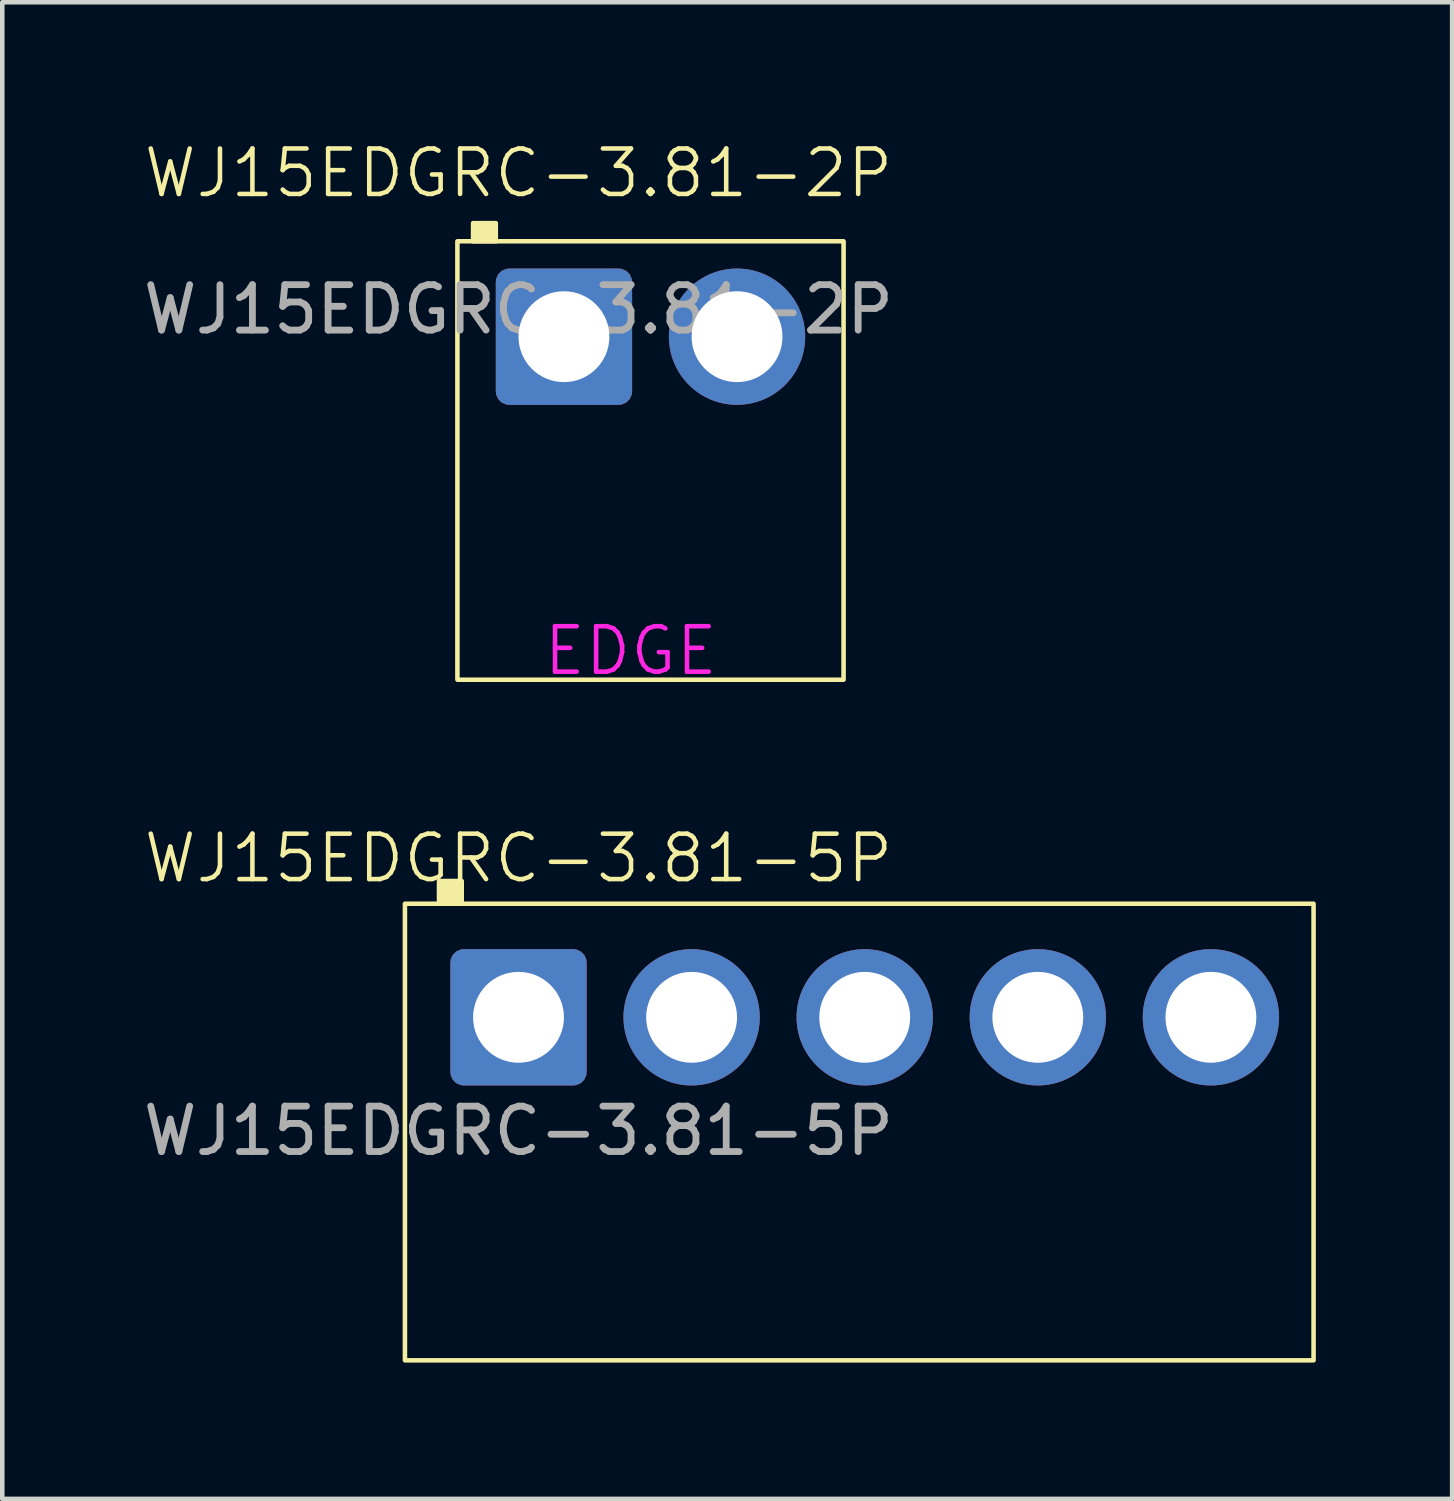
<source format=kicad_pcb>
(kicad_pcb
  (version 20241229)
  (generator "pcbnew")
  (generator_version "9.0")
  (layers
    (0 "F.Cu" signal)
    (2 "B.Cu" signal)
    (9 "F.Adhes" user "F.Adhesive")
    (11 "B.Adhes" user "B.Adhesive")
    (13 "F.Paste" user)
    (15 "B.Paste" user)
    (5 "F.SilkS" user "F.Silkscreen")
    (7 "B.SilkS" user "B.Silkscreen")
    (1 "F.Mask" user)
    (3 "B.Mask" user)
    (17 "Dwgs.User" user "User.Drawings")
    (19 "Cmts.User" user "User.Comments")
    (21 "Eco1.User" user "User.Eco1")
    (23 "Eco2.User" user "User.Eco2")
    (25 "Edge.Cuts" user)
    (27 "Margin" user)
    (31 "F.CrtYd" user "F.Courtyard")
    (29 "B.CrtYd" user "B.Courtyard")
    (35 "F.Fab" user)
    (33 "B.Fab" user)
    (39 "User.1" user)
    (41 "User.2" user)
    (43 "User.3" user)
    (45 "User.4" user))
  (footprint "WJ15EDGRC-3.81-5P"
    (layer "F.Cu")
    (at 8.363 19.342)
    (property "Reference" "WJ15EDGRC-3.81-5P" (at 0 -3.5 0) (unlocked yes) (layer "F.SilkS") (effects (font (size 1 1) (thickness 0.1))))
    (attr through_hole)
    (fp_rect (start -2.5 -2.5) (end 17.5 7.55) (stroke (width 0.1) (type solid)) (fill no) (layer "F.SilkS"))
    (fp_rect (start -1.75 -3) (end -1.25 -2.5) (stroke (width 0.1) (type solid)) (fill yes) (layer "F.SilkS"))
    (fp_text user "${REFERENCE}" (at 0 2.5 0) (unlocked yes) (layer "F.Fab") (effects (font (size 1 1) (thickness 0.15))))
    (pad "1" thru_hole roundrect (at 0 0 180) (size 3 3) (drill 2) (layers "*.Cu" "*.Mask") (roundrect_rratio 0.098))
    (pad "2" thru_hole circle (at 3.81 0 180) (size 3 3) (drill 2) (layers "*.Cu" "*.Mask"))
    (pad "3" thru_hole circle (at 7.62 0 180) (size 3 3) (drill 2) (layers "*.Cu" "*.Mask"))
    (pad "4" thru_hole circle (at 11.43 0 180) (size 3 3) (drill 2) (layers "*.Cu" "*.Mask"))
    (pad "5" thru_hole circle (at 15.24 0 180) (size 3 3) (drill 2) (layers "*.Cu" "*.Mask")))
  (footprint "WJ15EDGRC-3.81-2P"
    (layer "F.Cu")
    (at 9.363 4.361)
    (property "Reference" "WJ15EDGRC-3.81-2P" (at -1 -3.6 0) (unlocked yes) (layer "F.SilkS") (effects (font (size 1 1) (thickness 0.1))))
    (attr through_hole)
    (fp_rect (start -2.345 -2.1) (end 6.155 7.55) (stroke (width 0.1) (type solid)) (fill no) (layer "F.SilkS"))
    (fp_rect (start -2 -2.5) (end -1.5 -2.1) (stroke (width 0.1) (type solid)) (fill yes) (layer "F.SilkS"))
    (fp_text user "EDGE" (at -0.5 7.5 0) (unlocked yes) (layer "F.CrtYd") (effects (font (size 1 1) (thickness 0.1)) (justify left bottom)))
    (fp_text user "${REFERENCE}" (at -1 -0.6 0) (unlocked yes) (layer "F.Fab") (effects (font (size 1 1) (thickness 0.15))))
    (pad "1" thru_hole roundrect (at 0 0) (size 3 3) (drill 2) (layers "*.Cu" "*.Mask") (roundrect_rratio 0.098))
    (pad "2" thru_hole circle (at 3.81 0) (size 3 3) (drill 2) (layers "*.Cu" "*.Mask")))
  (gr_rect
    (start -3 -3)
    (end 28.913 29.942)
    (stroke (width 0.1) (type default))
    (fill no)
    (layer "Edge.Cuts")))
</source>
